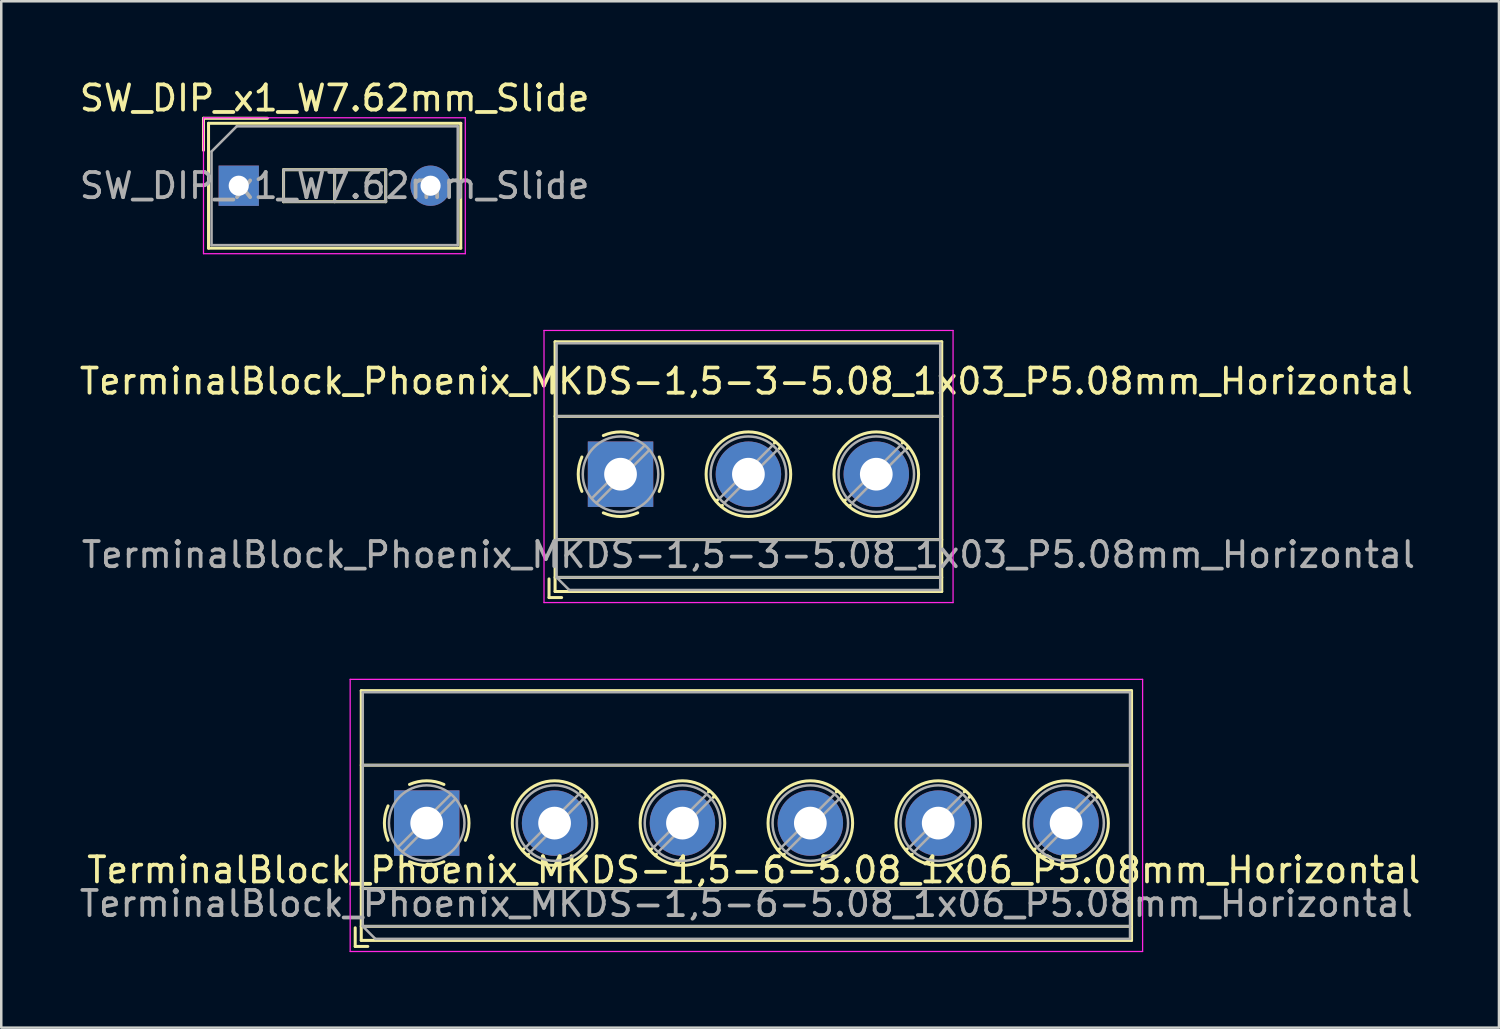
<source format=kicad_pcb>
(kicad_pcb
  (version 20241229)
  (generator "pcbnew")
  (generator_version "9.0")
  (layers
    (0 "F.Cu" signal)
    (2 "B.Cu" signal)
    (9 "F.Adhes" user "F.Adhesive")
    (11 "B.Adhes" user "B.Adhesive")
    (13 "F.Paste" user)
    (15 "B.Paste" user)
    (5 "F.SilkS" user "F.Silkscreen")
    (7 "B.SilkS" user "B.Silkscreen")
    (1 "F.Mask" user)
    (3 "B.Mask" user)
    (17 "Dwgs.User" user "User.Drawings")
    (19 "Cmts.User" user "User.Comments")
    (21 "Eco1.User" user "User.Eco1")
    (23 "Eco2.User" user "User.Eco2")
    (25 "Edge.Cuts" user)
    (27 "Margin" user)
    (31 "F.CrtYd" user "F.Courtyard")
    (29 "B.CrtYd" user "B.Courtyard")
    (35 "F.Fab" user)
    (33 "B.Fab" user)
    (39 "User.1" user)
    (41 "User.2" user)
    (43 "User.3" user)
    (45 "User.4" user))
  (footprint "TerminalBlock_Phoenix_MKDS-1,5-6-5.08_1x06_P5.08mm_Horizontal"
    (layer "F.Cu")
    (at 13.901 29.648)
    (property "Reference" "TerminalBlock_Phoenix_MKDS-1,5-6-5.08_1x06_P5.08mm_Horizontal" (at 12.995 1.863 0) (layer "F.SilkS") (effects (font (size 1 1) (thickness 0.15))))
    (attr through_hole)
    (fp_line (start -2.84 4.16) (end -2.84 4.9) (stroke (width 0.12) (type solid)) (layer "F.SilkS"))
    (fp_line (start -2.84 4.9) (end -2.34 4.9) (stroke (width 0.12) (type solid)) (layer "F.SilkS"))
    (fp_line (start -2.6 -5.261) (end -2.6 4.66) (stroke (width 0.12) (type solid)) (layer "F.SilkS"))
    (fp_line (start -2.6 -5.261) (end 28 -5.261) (stroke (width 0.12) (type solid)) (layer "F.SilkS"))
    (fp_line (start -2.6 -2.301) (end 28 -2.301) (stroke (width 0.12) (type solid)) (layer "F.SilkS"))
    (fp_line (start -2.6 2.6) (end 28 2.6) (stroke (width 0.12) (type solid)) (layer "F.SilkS"))
    (fp_line (start -2.6 4.1) (end 28 4.1) (stroke (width 0.12) (type solid)) (layer "F.SilkS"))
    (fp_line (start -2.6 4.66) (end 28 4.66) (stroke (width 0.12) (type solid)) (layer "F.SilkS"))
    (fp_line (start 3.853 1.023) (end 3.806 1.069) (stroke (width 0.12) (type solid)) (layer "F.SilkS"))
    (fp_line (start 4.046 1.239) (end 4.011 1.274) (stroke (width 0.12) (type solid)) (layer "F.SilkS"))
    (fp_line (start 6.15 -1.275) (end 6.115 -1.239) (stroke (width 0.12) (type solid)) (layer "F.SilkS"))
    (fp_line (start 6.355 -1.069) (end 6.308 -1.023) (stroke (width 0.12) (type solid)) (layer "F.SilkS"))
    (fp_line (start 8.933 1.023) (end 8.886 1.069) (stroke (width 0.12) (type solid)) (layer "F.SilkS"))
    (fp_line (start 9.126 1.239) (end 9.091 1.274) (stroke (width 0.12) (type solid)) (layer "F.SilkS"))
    (fp_line (start 11.23 -1.275) (end 11.195 -1.239) (stroke (width 0.12) (type solid)) (layer "F.SilkS"))
    (fp_line (start 11.435 -1.069) (end 11.388 -1.023) (stroke (width 0.12) (type solid)) (layer "F.SilkS"))
    (fp_line (start 14.013 1.023) (end 13.966 1.069) (stroke (width 0.12) (type solid)) (layer "F.SilkS"))
    (fp_line (start 14.206 1.239) (end 14.171 1.274) (stroke (width 0.12) (type solid)) (layer "F.SilkS"))
    (fp_line (start 16.31 -1.275) (end 16.275 -1.239) (stroke (width 0.12) (type solid)) (layer "F.SilkS"))
    (fp_line (start 16.515 -1.069) (end 16.468 -1.023) (stroke (width 0.12) (type solid)) (layer "F.SilkS"))
    (fp_line (start 19.093 1.023) (end 19.046 1.069) (stroke (width 0.12) (type solid)) (layer "F.SilkS"))
    (fp_line (start 19.286 1.239) (end 19.251 1.274) (stroke (width 0.12) (type solid)) (layer "F.SilkS"))
    (fp_line (start 21.39 -1.275) (end 21.355 -1.239) (stroke (width 0.12) (type solid)) (layer "F.SilkS"))
    (fp_line (start 21.595 -1.069) (end 21.548 -1.023) (stroke (width 0.12) (type solid)) (layer "F.SilkS"))
    (fp_line (start 24.173 1.023) (end 24.126 1.069) (stroke (width 0.12) (type solid)) (layer "F.SilkS"))
    (fp_line (start 24.366 1.239) (end 24.331 1.274) (stroke (width 0.12) (type solid)) (layer "F.SilkS"))
    (fp_line (start 26.47 -1.275) (end 26.435 -1.239) (stroke (width 0.12) (type solid)) (layer "F.SilkS"))
    (fp_line (start 26.675 -1.069) (end 26.628 -1.023) (stroke (width 0.12) (type solid)) (layer "F.SilkS"))
    (fp_line (start 28 -5.261) (end 28 4.66) (stroke (width 0.12) (type solid)) (layer "F.SilkS"))
    (fp_arc (start -1.535427 0.683042) (mid -1.680501 -0.000524) (end -1.535 -0.684) (stroke (width 0.12) (type solid)) (layer "F.SilkS"))
    (fp_arc (start -0.683042 -1.535427) (mid 0.000524 -1.680501) (end 0.684 -1.535) (stroke (width 0.12) (type solid)) (layer "F.SilkS"))
    (fp_arc (start 0.028805 1.680253) (mid -0.335551 1.646659) (end -0.684 1.535) (stroke (width 0.12) (type solid)) (layer "F.SilkS"))
    (fp_arc (start 0.683318 1.534756) (mid 0.349292 1.643288) (end 0 1.68) (stroke (width 0.12) (type solid)) (layer "F.SilkS"))
    (fp_arc (start 1.535427 -0.683042) (mid 1.680501 0.000524) (end 1.535 0.684) (stroke (width 0.12) (type solid)) (layer "F.SilkS"))
    (fp_circle (center 5.08 0) (end 6.76 0) (stroke (width 0.12) (type solid)) (fill no) (layer "F.SilkS"))
    (fp_circle (center 10.16 0) (end 11.84 0) (stroke (width 0.12) (type solid)) (fill no) (layer "F.SilkS"))
    (fp_circle (center 15.24 0) (end 16.92 0) (stroke (width 0.12) (type solid)) (fill no) (layer "F.SilkS"))
    (fp_circle (center 20.32 0) (end 22 0) (stroke (width 0.12) (type solid)) (fill no) (layer "F.SilkS"))
    (fp_circle (center 25.4 0) (end 27.08 0) (stroke (width 0.12) (type solid)) (fill no) (layer "F.SilkS"))
    (fp_line (start -3.04 -5.71) (end -3.04 5.1) (stroke (width 0.05) (type solid)) (layer "F.CrtYd"))
    (fp_line (start -3.04 5.1) (end 28.44 5.1) (stroke (width 0.05) (type solid)) (layer "F.CrtYd"))
    (fp_line (start 28.44 -5.71) (end -3.04 -5.71) (stroke (width 0.05) (type solid)) (layer "F.CrtYd"))
    (fp_line (start 28.44 5.1) (end 28.44 -5.71) (stroke (width 0.05) (type solid)) (layer "F.CrtYd"))
    (fp_line (start -2.54 -5.2) (end 27.94 -5.2) (stroke (width 0.1) (type solid)) (layer "F.Fab"))
    (fp_line (start -2.54 -2.3) (end 27.94 -2.3) (stroke (width 0.1) (type solid)) (layer "F.Fab"))
    (fp_line (start -2.54 2.6) (end 27.94 2.6) (stroke (width 0.1) (type solid)) (layer "F.Fab"))
    (fp_line (start -2.54 4.1) (end -2.54 -5.2) (stroke (width 0.1) (type solid)) (layer "F.Fab"))
    (fp_line (start -2.54 4.1) (end 27.94 4.1) (stroke (width 0.1) (type solid)) (layer "F.Fab"))
    (fp_line (start -2.04 4.6) (end -2.54 4.1) (stroke (width 0.1) (type solid)) (layer "F.Fab"))
    (fp_line (start 0.955 -1.138) (end -1.138 0.955) (stroke (width 0.1) (type solid)) (layer "F.Fab"))
    (fp_line (start 1.138 -0.955) (end -0.955 1.138) (stroke (width 0.1) (type solid)) (layer "F.Fab"))
    (fp_line (start 6.035 -1.138) (end 3.943 0.955) (stroke (width 0.1) (type solid)) (layer "F.Fab"))
    (fp_line (start 6.218 -0.955) (end 4.126 1.138) (stroke (width 0.1) (type solid)) (layer "F.Fab"))
    (fp_line (start 11.115 -1.138) (end 9.023 0.955) (stroke (width 0.1) (type solid)) (layer "F.Fab"))
    (fp_line (start 11.298 -0.955) (end 9.206 1.138) (stroke (width 0.1) (type solid)) (layer "F.Fab"))
    (fp_line (start 16.195 -1.138) (end 14.103 0.955) (stroke (width 0.1) (type solid)) (layer "F.Fab"))
    (fp_line (start 16.378 -0.955) (end 14.286 1.138) (stroke (width 0.1) (type solid)) (layer "F.Fab"))
    (fp_line (start 21.275 -1.138) (end 19.183 0.955) (stroke (width 0.1) (type solid)) (layer "F.Fab"))
    (fp_line (start 21.458 -0.955) (end 19.366 1.138) (stroke (width 0.1) (type solid)) (layer "F.Fab"))
    (fp_line (start 26.355 -1.138) (end 24.263 0.955) (stroke (width 0.1) (type solid)) (layer "F.Fab"))
    (fp_line (start 26.538 -0.955) (end 24.446 1.138) (stroke (width 0.1) (type solid)) (layer "F.Fab"))
    (fp_line (start 27.94 -5.2) (end 27.94 4.6) (stroke (width 0.1) (type solid)) (layer "F.Fab"))
    (fp_line (start 27.94 4.6) (end -2.04 4.6) (stroke (width 0.1) (type solid)) (layer "F.Fab"))
    (fp_circle (center 0 0) (end 1.5 0) (stroke (width 0.1) (type solid)) (fill no) (layer "F.Fab"))
    (fp_circle (center 5.08 0) (end 6.58 0) (stroke (width 0.1) (type solid)) (fill no) (layer "F.Fab"))
    (fp_circle (center 10.16 0) (end 11.66 0) (stroke (width 0.1) (type solid)) (fill no) (layer "F.Fab"))
    (fp_circle (center 15.24 0) (end 16.74 0) (stroke (width 0.1) (type solid)) (fill no) (layer "F.Fab"))
    (fp_circle (center 20.32 0) (end 21.82 0) (stroke (width 0.1) (type solid)) (fill no) (layer "F.Fab"))
    (fp_circle (center 25.4 0) (end 26.9 0) (stroke (width 0.1) (type solid)) (fill no) (layer "F.Fab"))
    (fp_text user "${REFERENCE}" (at 12.7 3.2 0) (layer "F.Fab") (effects (font (size 1 1) (thickness 0.15))))
    (pad "1" thru_hole rect (at 0 0) (size 2.6 2.6) (drill 1.3) (layers "*.Cu" "*.Mask"))
    (pad "2" thru_hole circle (at 5.08 0) (size 2.6 2.6) (drill 1.3) (layers "*.Cu" "*.Mask"))
    (pad "3" thru_hole circle (at 10.16 0) (size 2.6 2.6) (drill 1.3) (layers "*.Cu" "*.Mask"))
    (pad "4" thru_hole circle (at 15.24 0) (size 2.6 2.6) (drill 1.3) (layers "*.Cu" "*.Mask"))
    (pad "5" thru_hole circle (at 20.32 0) (size 2.6 2.6) (drill 1.3) (layers "*.Cu" "*.Mask"))
    (pad "6" thru_hole circle (at 25.4 0) (size 2.6 2.6) (drill 1.3) (layers "*.Cu" "*.Mask")))
  (footprint "SW_DIP_x1_W7.62mm_Slide"
    (layer "F.Cu")
    (at 6.434 4.328)
    (property "Reference" "SW_DIP_x1_W7.62mm_Slide" (at 3.81 -3.48 0) (layer "F.SilkS") (effects (font (size 1 1) (thickness 0.15))))
    (attr through_hole)
    (fp_line (start -1.4 -2.68) (end -1.4 -1.41) (stroke (width 0.12) (type solid)) (layer "F.SilkS"))
    (fp_line (start -1.4 -2.68) (end 1.14 -2.68) (stroke (width 0.12) (type solid)) (layer "F.SilkS"))
    (fp_line (start -1.2 -2.48) (end 8.82 -2.48) (stroke (width 0.12) (type solid)) (layer "F.SilkS"))
    (fp_line (start -1.2 2.48) (end -1.2 -2.48) (stroke (width 0.12) (type solid)) (layer "F.SilkS"))
    (fp_line (start 1.78 -0.635) (end 1.78 0.635) (stroke (width 0.12) (type solid)) (layer "F.SilkS"))
    (fp_line (start 1.78 0.635) (end 5.84 0.635) (stroke (width 0.12) (type solid)) (layer "F.SilkS"))
    (fp_line (start 3.81 -0.635) (end 3.81 0.635) (stroke (width 0.12) (type solid)) (layer "F.SilkS"))
    (fp_line (start 5.84 -0.635) (end 1.78 -0.635) (stroke (width 0.12) (type solid)) (layer "F.SilkS"))
    (fp_line (start 5.84 0.635) (end 5.84 -0.635) (stroke (width 0.12) (type solid)) (layer "F.SilkS"))
    (fp_line (start 8.82 -2.48) (end 8.82 2.48) (stroke (width 0.12) (type solid)) (layer "F.SilkS"))
    (fp_line (start 8.82 2.48) (end -1.2 2.48) (stroke (width 0.12) (type solid)) (layer "F.SilkS"))
    (fp_line (start -1.4 -2.7) (end -1.4 2.7) (stroke (width 0.05) (type solid)) (layer "F.CrtYd"))
    (fp_line (start -1.4 2.7) (end 9 2.7) (stroke (width 0.05) (type solid)) (layer "F.CrtYd"))
    (fp_line (start 9 -2.7) (end -1.4 -2.7) (stroke (width 0.05) (type solid)) (layer "F.CrtYd"))
    (fp_line (start 9 2.7) (end 9 -2.7) (stroke (width 0.05) (type solid)) (layer "F.CrtYd"))
    (fp_line (start -1.08 -1.36) (end -0.08 -2.36) (stroke (width 0.1) (type solid)) (layer "F.Fab"))
    (fp_line (start -1.08 2.36) (end -1.08 -1.36) (stroke (width 0.1) (type solid)) (layer "F.Fab"))
    (fp_line (start -0.08 -2.36) (end 8.7 -2.36) (stroke (width 0.1) (type solid)) (layer "F.Fab"))
    (fp_line (start 1.78 -0.635) (end 1.78 0.635) (stroke (width 0.1) (type solid)) (layer "F.Fab"))
    (fp_line (start 1.78 0.635) (end 5.84 0.635) (stroke (width 0.1) (type solid)) (layer "F.Fab"))
    (fp_line (start 3.81 -0.635) (end 3.81 0.635) (stroke (width 0.1) (type solid)) (layer "F.Fab"))
    (fp_line (start 5.84 -0.635) (end 1.78 -0.635) (stroke (width 0.1) (type solid)) (layer "F.Fab"))
    (fp_line (start 5.84 0.635) (end 5.84 -0.635) (stroke (width 0.1) (type solid)) (layer "F.Fab"))
    (fp_line (start 8.7 -2.36) (end 8.7 2.36) (stroke (width 0.1) (type solid)) (layer "F.Fab"))
    (fp_line (start 8.7 2.36) (end -1.08 2.36) (stroke (width 0.1) (type solid)) (layer "F.Fab"))
    (fp_text user "${REFERENCE}" (at 3.81 0 0) (layer "F.Fab") (effects (font (size 1 1) (thickness 0.15))))
    (pad "1" thru_hole rect (at 0 0) (size 1.6 1.6) (drill 0.8) (layers "*.Cu" "*.Mask"))
    (pad "2" thru_hole oval (at 7.62 0) (size 1.6 1.6) (drill 0.8) (layers "*.Cu" "*.Mask")))
  (footprint "TerminalBlock_Phoenix_MKDS-1,5-3-5.08_1x03_P5.08mm_Horizontal"
    (layer "F.Cu")
    (at 21.601 15.788)
    (property "Reference" "TerminalBlock_Phoenix_MKDS-1,5-3-5.08_1x03_P5.08mm_Horizontal" (at 5 -3.692 180) (layer "F.SilkS") (effects (font (size 1 1) (thickness 0.15))))
    (attr through_hole)
    (fp_line (start -2.84 4.16) (end -2.84 4.9) (stroke (width 0.12) (type solid)) (layer "F.SilkS"))
    (fp_line (start -2.84 4.9) (end -2.34 4.9) (stroke (width 0.12) (type solid)) (layer "F.SilkS"))
    (fp_line (start -2.6 -5.261) (end -2.6 4.66) (stroke (width 0.12) (type solid)) (layer "F.SilkS"))
    (fp_line (start -2.6 -5.261) (end 12.76 -5.261) (stroke (width 0.12) (type solid)) (layer "F.SilkS"))
    (fp_line (start -2.6 -2.301) (end 12.76 -2.301) (stroke (width 0.12) (type solid)) (layer "F.SilkS"))
    (fp_line (start -2.6 2.6) (end 12.76 2.6) (stroke (width 0.12) (type solid)) (layer "F.SilkS"))
    (fp_line (start -2.6 4.1) (end 12.76 4.1) (stroke (width 0.12) (type solid)) (layer "F.SilkS"))
    (fp_line (start -2.6 4.66) (end 12.76 4.66) (stroke (width 0.12) (type solid)) (layer "F.SilkS"))
    (fp_line (start 3.853 1.023) (end 3.806 1.069) (stroke (width 0.12) (type solid)) (layer "F.SilkS"))
    (fp_line (start 4.046 1.239) (end 4.011 1.274) (stroke (width 0.12) (type solid)) (layer "F.SilkS"))
    (fp_line (start 6.15 -1.275) (end 6.115 -1.239) (stroke (width 0.12) (type solid)) (layer "F.SilkS"))
    (fp_line (start 6.355 -1.069) (end 6.308 -1.023) (stroke (width 0.12) (type solid)) (layer "F.SilkS"))
    (fp_line (start 8.933 1.023) (end 8.886 1.069) (stroke (width 0.12) (type solid)) (layer "F.SilkS"))
    (fp_line (start 9.126 1.239) (end 9.091 1.274) (stroke (width 0.12) (type solid)) (layer "F.SilkS"))
    (fp_line (start 11.23 -1.275) (end 11.195 -1.239) (stroke (width 0.12) (type solid)) (layer "F.SilkS"))
    (fp_line (start 11.435 -1.069) (end 11.388 -1.023) (stroke (width 0.12) (type solid)) (layer "F.SilkS"))
    (fp_line (start 12.76 -5.261) (end 12.76 4.66) (stroke (width 0.12) (type solid)) (layer "F.SilkS"))
    (fp_arc (start -1.535427 0.683042) (mid -1.680501 -0.000524) (end -1.535 -0.684) (stroke (width 0.12) (type solid)) (layer "F.SilkS"))
    (fp_arc (start -0.683042 -1.535427) (mid 0.000524 -1.680501) (end 0.684 -1.535) (stroke (width 0.12) (type solid)) (layer "F.SilkS"))
    (fp_arc (start 0.028805 1.680253) (mid -0.335551 1.646659) (end -0.684 1.535) (stroke (width 0.12) (type solid)) (layer "F.SilkS"))
    (fp_arc (start 0.683318 1.534756) (mid 0.349292 1.643288) (end 0 1.68) (stroke (width 0.12) (type solid)) (layer "F.SilkS"))
    (fp_arc (start 1.535427 -0.683042) (mid 1.680501 0.000524) (end 1.535 0.684) (stroke (width 0.12) (type solid)) (layer "F.SilkS"))
    (fp_circle (center 5.08 0) (end 6.76 0) (stroke (width 0.12) (type solid)) (fill no) (layer "F.SilkS"))
    (fp_circle (center 10.16 0) (end 11.84 0) (stroke (width 0.12) (type solid)) (fill no) (layer "F.SilkS"))
    (fp_line (start -3.04 -5.71) (end -3.04 5.1) (stroke (width 0.05) (type solid)) (layer "F.CrtYd"))
    (fp_line (start -3.04 5.1) (end 13.21 5.1) (stroke (width 0.05) (type solid)) (layer "F.CrtYd"))
    (fp_line (start 13.21 -5.71) (end -3.04 -5.71) (stroke (width 0.05) (type solid)) (layer "F.CrtYd"))
    (fp_line (start 13.21 5.1) (end 13.21 -5.71) (stroke (width 0.05) (type solid)) (layer "F.CrtYd"))
    (fp_line (start -2.54 -5.2) (end 12.7 -5.2) (stroke (width 0.1) (type solid)) (layer "F.Fab"))
    (fp_line (start -2.54 -2.3) (end 12.7 -2.3) (stroke (width 0.1) (type solid)) (layer "F.Fab"))
    (fp_line (start -2.54 2.6) (end 12.7 2.6) (stroke (width 0.1) (type solid)) (layer "F.Fab"))
    (fp_line (start -2.54 4.1) (end -2.54 -5.2) (stroke (width 0.1) (type solid)) (layer "F.Fab"))
    (fp_line (start -2.54 4.1) (end 12.7 4.1) (stroke (width 0.1) (type solid)) (layer "F.Fab"))
    (fp_line (start -2.04 4.6) (end -2.54 4.1) (stroke (width 0.1) (type solid)) (layer "F.Fab"))
    (fp_line (start 0.955 -1.138) (end -1.138 0.955) (stroke (width 0.1) (type solid)) (layer "F.Fab"))
    (fp_line (start 1.138 -0.955) (end -0.955 1.138) (stroke (width 0.1) (type solid)) (layer "F.Fab"))
    (fp_line (start 6.035 -1.138) (end 3.943 0.955) (stroke (width 0.1) (type solid)) (layer "F.Fab"))
    (fp_line (start 6.218 -0.955) (end 4.126 1.138) (stroke (width 0.1) (type solid)) (layer "F.Fab"))
    (fp_line (start 11.115 -1.138) (end 9.023 0.955) (stroke (width 0.1) (type solid)) (layer "F.Fab"))
    (fp_line (start 11.298 -0.955) (end 9.206 1.138) (stroke (width 0.1) (type solid)) (layer "F.Fab"))
    (fp_line (start 12.7 -5.2) (end 12.7 4.6) (stroke (width 0.1) (type solid)) (layer "F.Fab"))
    (fp_line (start 12.7 4.6) (end -2.04 4.6) (stroke (width 0.1) (type solid)) (layer "F.Fab"))
    (fp_circle (center 0 0) (end 1.5 0) (stroke (width 0.1) (type solid)) (fill no) (layer "F.Fab"))
    (fp_circle (center 5.08 0) (end 6.58 0) (stroke (width 0.1) (type solid)) (fill no) (layer "F.Fab"))
    (fp_circle (center 10.16 0) (end 11.66 0) (stroke (width 0.1) (type solid)) (fill no) (layer "F.Fab"))
    (fp_text user "${REFERENCE}" (at 5.08 3.2 180) (layer "F.Fab") (effects (font (size 1 1) (thickness 0.15))))
    (pad "1" thru_hole rect (at 0 0) (size 2.6 2.6) (drill 1.3) (layers "*.Cu" "*.Mask"))
    (pad "2" thru_hole circle (at 5.08 0) (size 2.6 2.6) (drill 1.3) (layers "*.Cu" "*.Mask"))
    (pad "3" thru_hole circle (at 10.16 0) (size 2.6 2.6) (drill 1.3) (layers "*.Cu" "*.Mask")))
  (gr_rect
    (start -3 -3)
    (end 56.497 37.773)
    (stroke (width 0.1) (type default))
    (fill no)
    (layer "Edge.Cuts")))
</source>
